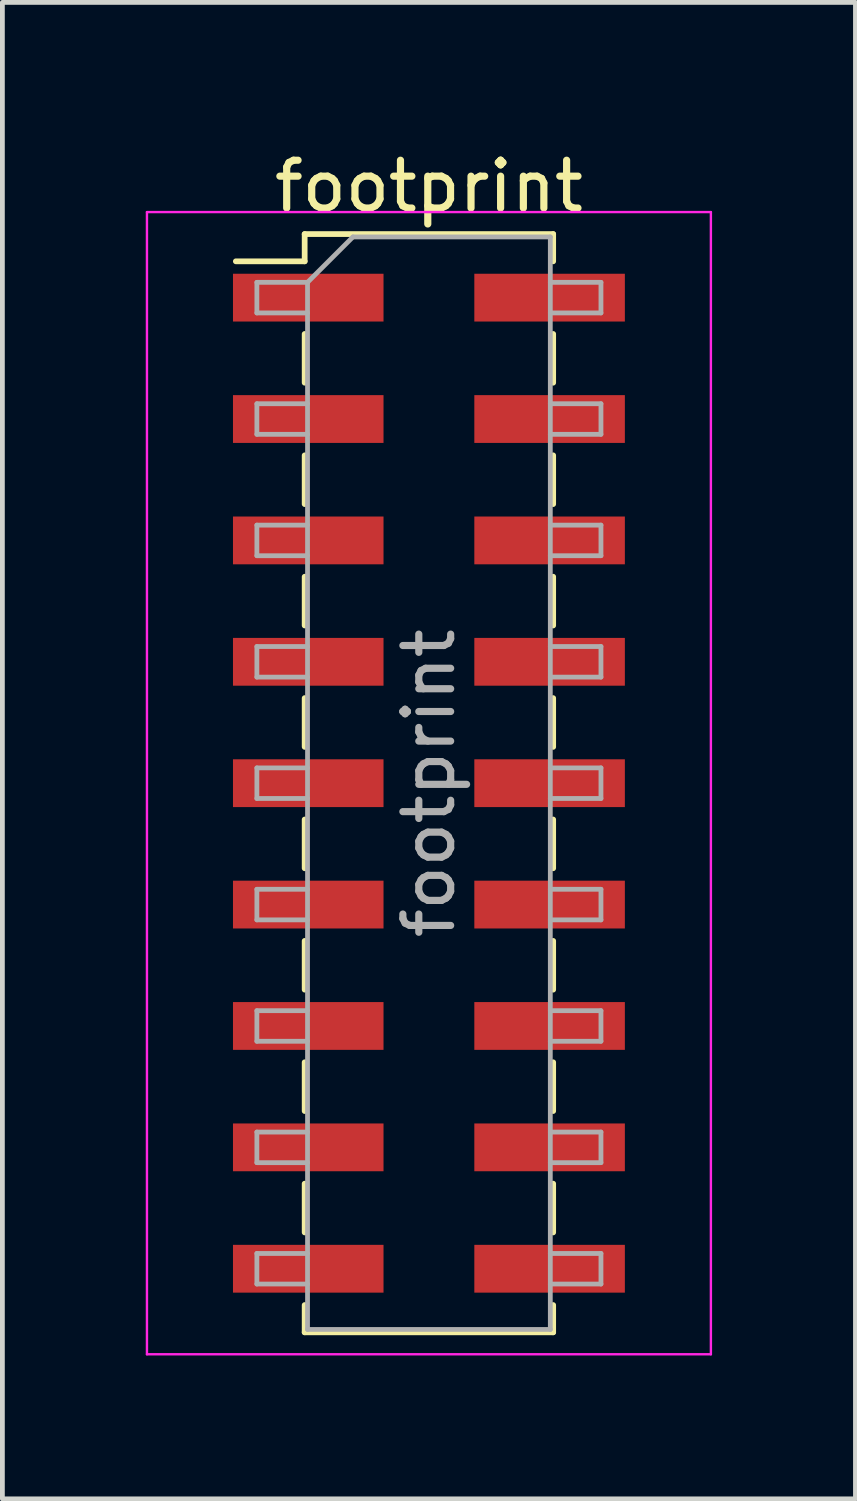
<source format=kicad_pcb>
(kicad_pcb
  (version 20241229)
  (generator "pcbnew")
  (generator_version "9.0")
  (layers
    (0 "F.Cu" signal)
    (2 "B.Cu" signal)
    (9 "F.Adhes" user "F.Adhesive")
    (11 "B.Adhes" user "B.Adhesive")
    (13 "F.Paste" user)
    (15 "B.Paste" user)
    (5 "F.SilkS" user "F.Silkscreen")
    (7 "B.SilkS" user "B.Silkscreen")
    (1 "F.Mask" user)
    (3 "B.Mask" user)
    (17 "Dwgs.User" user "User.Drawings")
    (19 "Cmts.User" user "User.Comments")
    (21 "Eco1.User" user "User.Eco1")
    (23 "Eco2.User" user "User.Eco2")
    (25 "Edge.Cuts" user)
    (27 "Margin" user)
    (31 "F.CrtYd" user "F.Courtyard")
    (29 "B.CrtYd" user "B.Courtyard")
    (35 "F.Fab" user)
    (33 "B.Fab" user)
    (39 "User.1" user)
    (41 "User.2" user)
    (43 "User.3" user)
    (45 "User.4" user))
  (footprint "footprint"
    (layer "F.Cu")
    (at 5.925 13.338)
    (property "Reference" "footprint" (at 0 -12.49 0) (layer "F.SilkS") (effects (font (size 1 1) (thickness 0.15))))
    (attr smd)
    (fp_line (start -4.04 -10.92) (end -2.6 -10.92) (stroke (width 0.12) (type solid)) (layer "F.SilkS"))
    (fp_line (start -2.6 -11.49) (end -2.6 -10.92) (stroke (width 0.12) (type solid)) (layer "F.SilkS"))
    (fp_line (start -2.6 -11.49) (end 2.6 -11.49) (stroke (width 0.12) (type solid)) (layer "F.SilkS"))
    (fp_line (start -2.6 -9.4) (end -2.6 -8.38) (stroke (width 0.12) (type solid)) (layer "F.SilkS"))
    (fp_line (start -2.6 -6.86) (end -2.6 -5.84) (stroke (width 0.12) (type solid)) (layer "F.SilkS"))
    (fp_line (start -2.6 -4.32) (end -2.6 -3.3) (stroke (width 0.12) (type solid)) (layer "F.SilkS"))
    (fp_line (start -2.6 -1.78) (end -2.6 -0.76) (stroke (width 0.12) (type solid)) (layer "F.SilkS"))
    (fp_line (start -2.6 0.76) (end -2.6 1.78) (stroke (width 0.12) (type solid)) (layer "F.SilkS"))
    (fp_line (start -2.6 3.3) (end -2.6 4.32) (stroke (width 0.12) (type solid)) (layer "F.SilkS"))
    (fp_line (start -2.6 5.84) (end -2.6 6.86) (stroke (width 0.12) (type solid)) (layer "F.SilkS"))
    (fp_line (start -2.6 8.38) (end -2.6 9.4) (stroke (width 0.12) (type solid)) (layer "F.SilkS"))
    (fp_line (start -2.6 10.92) (end -2.6 11.49) (stroke (width 0.12) (type solid)) (layer "F.SilkS"))
    (fp_line (start -2.6 11.49) (end 2.6 11.49) (stroke (width 0.12) (type solid)) (layer "F.SilkS"))
    (fp_line (start 2.6 -11.49) (end 2.6 -10.92) (stroke (width 0.12) (type solid)) (layer "F.SilkS"))
    (fp_line (start 2.6 -9.4) (end 2.6 -8.38) (stroke (width 0.12) (type solid)) (layer "F.SilkS"))
    (fp_line (start 2.6 -6.86) (end 2.6 -5.84) (stroke (width 0.12) (type solid)) (layer "F.SilkS"))
    (fp_line (start 2.6 -4.32) (end 2.6 -3.3) (stroke (width 0.12) (type solid)) (layer "F.SilkS"))
    (fp_line (start 2.6 -1.78) (end 2.6 -0.76) (stroke (width 0.12) (type solid)) (layer "F.SilkS"))
    (fp_line (start 2.6 0.76) (end 2.6 1.78) (stroke (width 0.12) (type solid)) (layer "F.SilkS"))
    (fp_line (start 2.6 3.3) (end 2.6 4.32) (stroke (width 0.12) (type solid)) (layer "F.SilkS"))
    (fp_line (start 2.6 5.84) (end 2.6 6.86) (stroke (width 0.12) (type solid)) (layer "F.SilkS"))
    (fp_line (start 2.6 8.38) (end 2.6 9.4) (stroke (width 0.12) (type solid)) (layer "F.SilkS"))
    (fp_line (start 2.6 10.92) (end 2.6 11.49) (stroke (width 0.12) (type solid)) (layer "F.SilkS"))
    (fp_line (start -5.9 -11.95) (end -5.9 11.95) (stroke (width 0.05) (type solid)) (layer "F.CrtYd"))
    (fp_line (start -5.9 11.95) (end 5.9 11.95) (stroke (width 0.05) (type solid)) (layer "F.CrtYd"))
    (fp_line (start 5.9 -11.95) (end -5.9 -11.95) (stroke (width 0.05) (type solid)) (layer "F.CrtYd"))
    (fp_line (start 5.9 11.95) (end 5.9 -11.95) (stroke (width 0.05) (type solid)) (layer "F.CrtYd"))
    (fp_line (start -3.6 -10.48) (end -3.6 -9.84) (stroke (width 0.1) (type solid)) (layer "F.Fab"))
    (fp_line (start -3.6 -9.84) (end -2.54 -9.84) (stroke (width 0.1) (type solid)) (layer "F.Fab"))
    (fp_line (start -3.6 -7.94) (end -3.6 -7.3) (stroke (width 0.1) (type solid)) (layer "F.Fab"))
    (fp_line (start -3.6 -7.3) (end -2.54 -7.3) (stroke (width 0.1) (type solid)) (layer "F.Fab"))
    (fp_line (start -3.6 -5.4) (end -3.6 -4.76) (stroke (width 0.1) (type solid)) (layer "F.Fab"))
    (fp_line (start -3.6 -4.76) (end -2.54 -4.76) (stroke (width 0.1) (type solid)) (layer "F.Fab"))
    (fp_line (start -3.6 -2.86) (end -3.6 -2.22) (stroke (width 0.1) (type solid)) (layer "F.Fab"))
    (fp_line (start -3.6 -2.22) (end -2.54 -2.22) (stroke (width 0.1) (type solid)) (layer "F.Fab"))
    (fp_line (start -3.6 -0.32) (end -3.6 0.32) (stroke (width 0.1) (type solid)) (layer "F.Fab"))
    (fp_line (start -3.6 0.32) (end -2.54 0.32) (stroke (width 0.1) (type solid)) (layer "F.Fab"))
    (fp_line (start -3.6 2.22) (end -3.6 2.86) (stroke (width 0.1) (type solid)) (layer "F.Fab"))
    (fp_line (start -3.6 2.86) (end -2.54 2.86) (stroke (width 0.1) (type solid)) (layer "F.Fab"))
    (fp_line (start -3.6 4.76) (end -3.6 5.4) (stroke (width 0.1) (type solid)) (layer "F.Fab"))
    (fp_line (start -3.6 5.4) (end -2.54 5.4) (stroke (width 0.1) (type solid)) (layer "F.Fab"))
    (fp_line (start -3.6 7.3) (end -3.6 7.94) (stroke (width 0.1) (type solid)) (layer "F.Fab"))
    (fp_line (start -3.6 7.94) (end -2.54 7.94) (stroke (width 0.1) (type solid)) (layer "F.Fab"))
    (fp_line (start -3.6 9.84) (end -3.6 10.48) (stroke (width 0.1) (type solid)) (layer "F.Fab"))
    (fp_line (start -3.6 10.48) (end -2.54 10.48) (stroke (width 0.1) (type solid)) (layer "F.Fab"))
    (fp_line (start -2.54 -10.48) (end -3.6 -10.48) (stroke (width 0.1) (type solid)) (layer "F.Fab"))
    (fp_line (start -2.54 -10.48) (end -1.59 -11.43) (stroke (width 0.1) (type solid)) (layer "F.Fab"))
    (fp_line (start -2.54 -7.94) (end -3.6 -7.94) (stroke (width 0.1) (type solid)) (layer "F.Fab"))
    (fp_line (start -2.54 -5.4) (end -3.6 -5.4) (stroke (width 0.1) (type solid)) (layer "F.Fab"))
    (fp_line (start -2.54 -2.86) (end -3.6 -2.86) (stroke (width 0.1) (type solid)) (layer "F.Fab"))
    (fp_line (start -2.54 -0.32) (end -3.6 -0.32) (stroke (width 0.1) (type solid)) (layer "F.Fab"))
    (fp_line (start -2.54 2.22) (end -3.6 2.22) (stroke (width 0.1) (type solid)) (layer "F.Fab"))
    (fp_line (start -2.54 4.76) (end -3.6 4.76) (stroke (width 0.1) (type solid)) (layer "F.Fab"))
    (fp_line (start -2.54 7.3) (end -3.6 7.3) (stroke (width 0.1) (type solid)) (layer "F.Fab"))
    (fp_line (start -2.54 9.84) (end -3.6 9.84) (stroke (width 0.1) (type solid)) (layer "F.Fab"))
    (fp_line (start -2.54 11.43) (end -2.54 -10.48) (stroke (width 0.1) (type solid)) (layer "F.Fab"))
    (fp_line (start -1.59 -11.43) (end 2.54 -11.43) (stroke (width 0.1) (type solid)) (layer "F.Fab"))
    (fp_line (start 2.54 -11.43) (end 2.54 11.43) (stroke (width 0.1) (type solid)) (layer "F.Fab"))
    (fp_line (start 2.54 -10.48) (end 3.6 -10.48) (stroke (width 0.1) (type solid)) (layer "F.Fab"))
    (fp_line (start 2.54 -7.94) (end 3.6 -7.94) (stroke (width 0.1) (type solid)) (layer "F.Fab"))
    (fp_line (start 2.54 -5.4) (end 3.6 -5.4) (stroke (width 0.1) (type solid)) (layer "F.Fab"))
    (fp_line (start 2.54 -2.86) (end 3.6 -2.86) (stroke (width 0.1) (type solid)) (layer "F.Fab"))
    (fp_line (start 2.54 -0.32) (end 3.6 -0.32) (stroke (width 0.1) (type solid)) (layer "F.Fab"))
    (fp_line (start 2.54 2.22) (end 3.6 2.22) (stroke (width 0.1) (type solid)) (layer "F.Fab"))
    (fp_line (start 2.54 4.76) (end 3.6 4.76) (stroke (width 0.1) (type solid)) (layer "F.Fab"))
    (fp_line (start 2.54 7.3) (end 3.6 7.3) (stroke (width 0.1) (type solid)) (layer "F.Fab"))
    (fp_line (start 2.54 9.84) (end 3.6 9.84) (stroke (width 0.1) (type solid)) (layer "F.Fab"))
    (fp_line (start 2.54 11.43) (end -2.54 11.43) (stroke (width 0.1) (type solid)) (layer "F.Fab"))
    (fp_line (start 3.6 -10.48) (end 3.6 -9.84) (stroke (width 0.1) (type solid)) (layer "F.Fab"))
    (fp_line (start 3.6 -9.84) (end 2.54 -9.84) (stroke (width 0.1) (type solid)) (layer "F.Fab"))
    (fp_line (start 3.6 -7.94) (end 3.6 -7.3) (stroke (width 0.1) (type solid)) (layer "F.Fab"))
    (fp_line (start 3.6 -7.3) (end 2.54 -7.3) (stroke (width 0.1) (type solid)) (layer "F.Fab"))
    (fp_line (start 3.6 -5.4) (end 3.6 -4.76) (stroke (width 0.1) (type solid)) (layer "F.Fab"))
    (fp_line (start 3.6 -4.76) (end 2.54 -4.76) (stroke (width 0.1) (type solid)) (layer "F.Fab"))
    (fp_line (start 3.6 -2.86) (end 3.6 -2.22) (stroke (width 0.1) (type solid)) (layer "F.Fab"))
    (fp_line (start 3.6 -2.22) (end 2.54 -2.22) (stroke (width 0.1) (type solid)) (layer "F.Fab"))
    (fp_line (start 3.6 -0.32) (end 3.6 0.32) (stroke (width 0.1) (type solid)) (layer "F.Fab"))
    (fp_line (start 3.6 0.32) (end 2.54 0.32) (stroke (width 0.1) (type solid)) (layer "F.Fab"))
    (fp_line (start 3.6 2.22) (end 3.6 2.86) (stroke (width 0.1) (type solid)) (layer "F.Fab"))
    (fp_line (start 3.6 2.86) (end 2.54 2.86) (stroke (width 0.1) (type solid)) (layer "F.Fab"))
    (fp_line (start 3.6 4.76) (end 3.6 5.4) (stroke (width 0.1) (type solid)) (layer "F.Fab"))
    (fp_line (start 3.6 5.4) (end 2.54 5.4) (stroke (width 0.1) (type solid)) (layer "F.Fab"))
    (fp_line (start 3.6 7.3) (end 3.6 7.94) (stroke (width 0.1) (type solid)) (layer "F.Fab"))
    (fp_line (start 3.6 7.94) (end 2.54 7.94) (stroke (width 0.1) (type solid)) (layer "F.Fab"))
    (fp_line (start 3.6 9.84) (end 3.6 10.48) (stroke (width 0.1) (type solid)) (layer "F.Fab"))
    (fp_line (start 3.6 10.48) (end 2.54 10.48) (stroke (width 0.1) (type solid)) (layer "F.Fab"))
    (fp_text user "${REFERENCE}" (at 0 0 90) (layer "F.Fab") (effects (font (size 1 1) (thickness 0.15))))
    (pad "1" smd rect (at -2.525 -10.16) (size 3.15 1) (layers "F.Cu" "F.Mask" "F.Paste"))
    (pad "2" smd rect (at 2.525 -10.16) (size 3.15 1) (layers "F.Cu" "F.Mask" "F.Paste"))
    (pad "3" smd rect (at -2.525 -7.62) (size 3.15 1) (layers "F.Cu" "F.Mask" "F.Paste"))
    (pad "4" smd rect (at 2.525 -7.62) (size 3.15 1) (layers "F.Cu" "F.Mask" "F.Paste"))
    (pad "5" smd rect (at -2.525 -5.08) (size 3.15 1) (layers "F.Cu" "F.Mask" "F.Paste"))
    (pad "6" smd rect (at 2.525 -5.08) (size 3.15 1) (layers "F.Cu" "F.Mask" "F.Paste"))
    (pad "7" smd rect (at -2.525 -2.54) (size 3.15 1) (layers "F.Cu" "F.Mask" "F.Paste"))
    (pad "8" smd rect (at 2.525 -2.54) (size 3.15 1) (layers "F.Cu" "F.Mask" "F.Paste"))
    (pad "9" smd rect (at -2.525 0) (size 3.15 1) (layers "F.Cu" "F.Mask" "F.Paste"))
    (pad "10" smd rect (at 2.525 0) (size 3.15 1) (layers "F.Cu" "F.Mask" "F.Paste"))
    (pad "11" smd rect (at -2.525 2.54) (size 3.15 1) (layers "F.Cu" "F.Mask" "F.Paste"))
    (pad "12" smd rect (at 2.525 2.54) (size 3.15 1) (layers "F.Cu" "F.Mask" "F.Paste"))
    (pad "13" smd rect (at -2.525 5.08) (size 3.15 1) (layers "F.Cu" "F.Mask" "F.Paste"))
    (pad "14" smd rect (at 2.525 5.08) (size 3.15 1) (layers "F.Cu" "F.Mask" "F.Paste"))
    (pad "15" smd rect (at -2.525 7.62) (size 3.15 1) (layers "F.Cu" "F.Mask" "F.Paste"))
    (pad "16" smd rect (at 2.525 7.62) (size 3.15 1) (layers "F.Cu" "F.Mask" "F.Paste"))
    (pad "17" smd rect (at -2.525 10.16) (size 3.15 1) (layers "F.Cu" "F.Mask" "F.Paste"))
    (pad "18" smd rect (at 2.525 10.16) (size 3.15 1) (layers "F.Cu" "F.Mask" "F.Paste")))
  (gr_rect
    (start -3 -3)
    (end 14.85 28.313)
    (stroke (width 0.1) (type default))
    (fill no)
    (layer "Edge.Cuts")))
</source>
